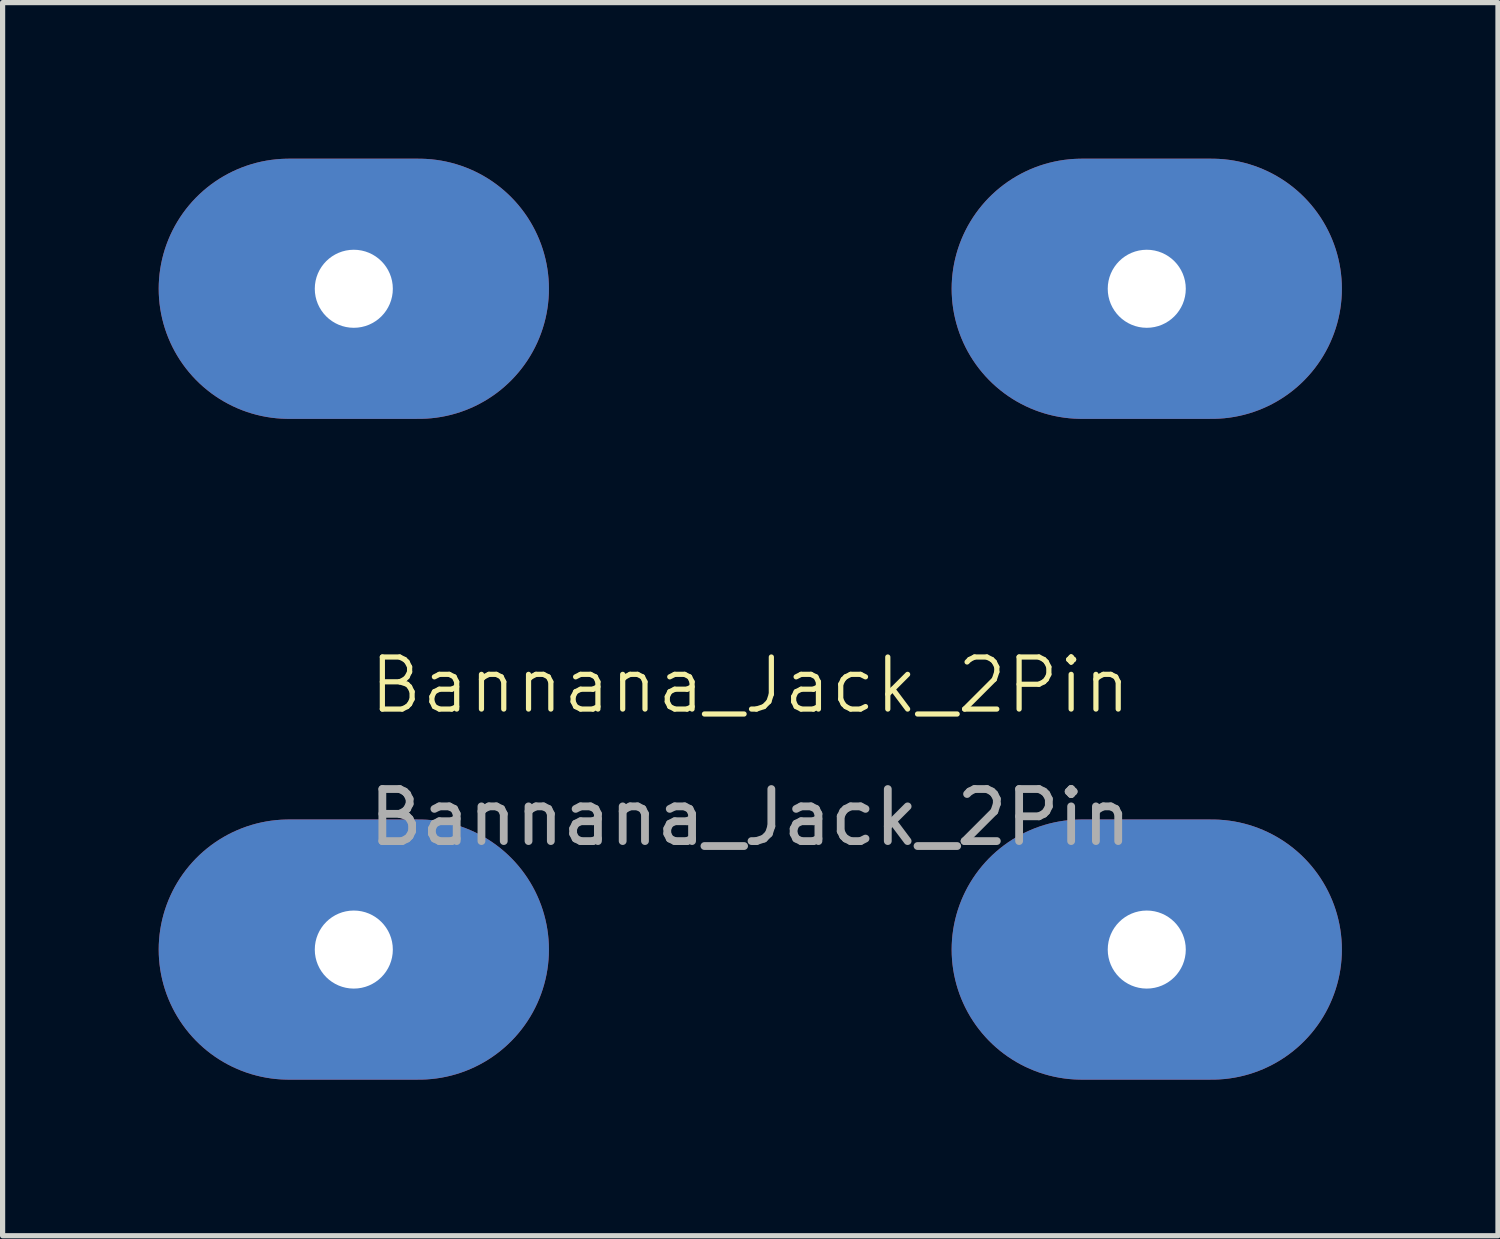
<source format=kicad_pcb>
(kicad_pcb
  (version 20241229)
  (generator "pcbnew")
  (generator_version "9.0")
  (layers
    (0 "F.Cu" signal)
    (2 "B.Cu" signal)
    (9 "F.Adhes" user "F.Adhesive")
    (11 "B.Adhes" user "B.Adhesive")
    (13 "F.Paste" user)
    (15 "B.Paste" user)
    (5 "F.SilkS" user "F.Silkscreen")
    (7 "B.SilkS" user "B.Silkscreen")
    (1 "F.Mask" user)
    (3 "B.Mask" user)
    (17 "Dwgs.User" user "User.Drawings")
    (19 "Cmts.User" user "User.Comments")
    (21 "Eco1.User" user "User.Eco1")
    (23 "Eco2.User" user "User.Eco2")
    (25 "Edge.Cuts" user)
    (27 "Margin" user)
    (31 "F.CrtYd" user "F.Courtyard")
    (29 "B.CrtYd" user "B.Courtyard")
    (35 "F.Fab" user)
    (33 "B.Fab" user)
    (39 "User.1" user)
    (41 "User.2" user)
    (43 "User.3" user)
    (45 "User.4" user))
  (footprint "Bannana_Jack_2Pin"
    (layer "F.Cu")
    (at 11.37 2.5)
    (property "Reference" "Bannana_Jack_2Pin" (at 0 7.62 0) (unlocked yes) (layer "F.SilkS") (effects (font (size 1 1) (thickness 0.1))))
    (attr through_hole)
    (fp_text user "${REFERENCE}" (at 0 10.16 0) (unlocked yes) (layer "F.Fab") (effects (font (size 1 1) (thickness 0.15))))
    (pad "1" thru_hole oval (at -7.62 0) (size 7.5 5) (drill 1.5) (layers "*.Cu" "*.Mask"))
    (pad "1" thru_hole oval (at 7.62 0) (size 7.5 5) (drill 1.5) (layers "*.Cu" "*.Mask"))
    (pad "2" thru_hole oval (at -7.62 12.7) (size 7.5 5) (drill 1.5) (layers "*.Cu" "*.Mask"))
    (pad "2" thru_hole oval (at 7.62 12.7) (size 7.5 5) (drill 1.5) (layers "*.Cu" "*.Mask")))
  (gr_rect
    (start -3 -3)
    (end 25.74 20.7)
    (stroke (width 0.1) (type default))
    (fill no)
    (layer "Edge.Cuts")))
</source>
